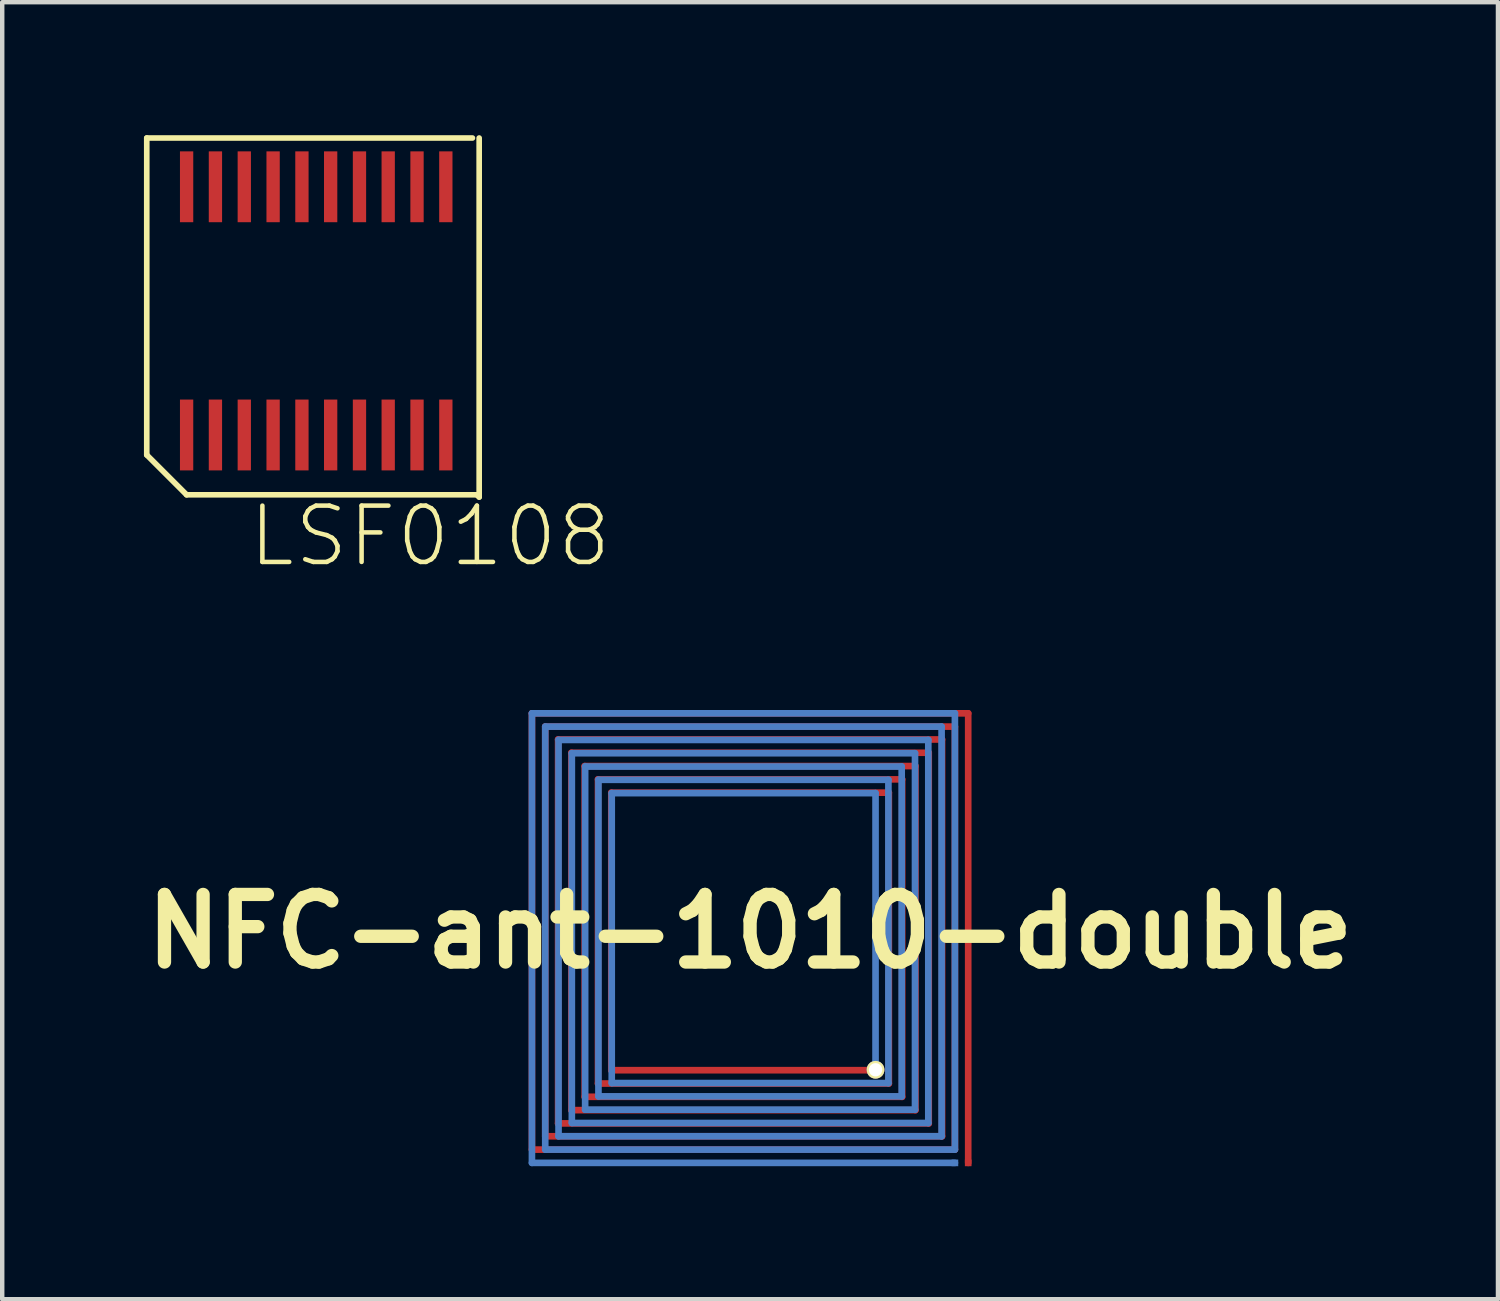
<source format=kicad_pcb>
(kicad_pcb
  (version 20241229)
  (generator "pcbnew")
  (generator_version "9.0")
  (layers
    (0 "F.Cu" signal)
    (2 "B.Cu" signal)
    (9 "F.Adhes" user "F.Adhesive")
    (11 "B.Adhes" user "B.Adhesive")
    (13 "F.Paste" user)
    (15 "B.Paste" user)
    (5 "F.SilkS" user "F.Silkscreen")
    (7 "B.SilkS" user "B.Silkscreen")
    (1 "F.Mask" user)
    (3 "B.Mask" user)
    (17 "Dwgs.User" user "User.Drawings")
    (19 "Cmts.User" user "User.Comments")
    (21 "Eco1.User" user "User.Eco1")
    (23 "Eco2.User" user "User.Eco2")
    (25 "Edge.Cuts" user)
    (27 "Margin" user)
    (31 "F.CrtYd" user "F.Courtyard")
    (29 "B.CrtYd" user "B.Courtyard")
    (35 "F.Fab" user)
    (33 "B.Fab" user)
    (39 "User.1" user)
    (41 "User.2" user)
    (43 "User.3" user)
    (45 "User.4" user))
  (footprint "LSF0108"
    (layer "F.Cu")
    (at 4.108 3.962)
    (property "Reference" "LSF0108" (at 2.54 5.08 0) (layer "F.SilkS") (effects (font (size 1.27 1.27) (thickness 0.102))))
    (attr through_hole)
    (fp_line (start -3.848 -3.899) (end -3.848 3.249) (stroke (width 0.127) (type solid)) (layer "F.SilkS"))
    (fp_line (start -3.848 3.249) (end -2.949 4.148) (stroke (width 0.127) (type solid)) (layer "F.SilkS"))
    (fp_line (start -2.949 4.148) (end 3.599 4.148) (stroke (width 0.127) (type solid)) (layer "F.SilkS"))
    (fp_line (start 3.498 -3.899) (end -3.848 -3.899) (stroke (width 0.127) (type solid)) (layer "F.SilkS"))
    (fp_line (start 3.599 4.148) (end 3.65 4.199) (stroke (width 0.127) (type solid)) (layer "F.SilkS"))
    (fp_line (start 3.65 4.199) (end 3.65 -3.899) (stroke (width 0.127) (type solid)) (layer "F.SilkS"))
    (fp_text user "LSF0108" (at 0 0 0) (layer "Eco1.User") (effects (font (size 1.27 1.27) (thickness 0.102))))
    (pad "1" smd rect (at -2.949 2.799 90) (size 1.598 0.3) (layers "F.Cu" "F.Mask" "F.Paste"))
    (pad "2" smd rect (at -2.299 2.799 90) (size 1.598 0.3) (layers "F.Cu" "F.Mask" "F.Paste"))
    (pad "3" smd rect (at -1.648 2.799 90) (size 1.598 0.3) (layers "F.Cu" "F.Mask" "F.Paste"))
    (pad "4" smd rect (at -0.998 2.799 90) (size 1.598 0.3) (layers "F.Cu" "F.Mask" "F.Paste"))
    (pad "5" smd rect (at -0.348 2.799 90) (size 1.598 0.3) (layers "F.Cu" "F.Mask" "F.Paste"))
    (pad "6" smd rect (at 0.3 2.799 90) (size 1.598 0.3) (layers "F.Cu" "F.Mask" "F.Paste"))
    (pad "7" smd rect (at 0.95 2.799 90) (size 1.598 0.3) (layers "F.Cu" "F.Mask" "F.Paste"))
    (pad "8" smd rect (at 1.598 2.799 90) (size 1.598 0.3) (layers "F.Cu" "F.Mask" "F.Paste"))
    (pad "9" smd rect (at 2.248 2.799 90) (size 1.598 0.3) (layers "F.Cu" "F.Mask" "F.Paste"))
    (pad "10" smd rect (at 2.898 2.799 90) (size 1.598 0.3) (layers "F.Cu" "F.Mask" "F.Paste"))
    (pad "11" smd rect (at 2.898 -2.799 90) (size 1.598 0.3) (layers "F.Cu" "F.Mask" "F.Paste"))
    (pad "12" smd rect (at 2.248 -2.799 90) (size 1.598 0.3) (layers "F.Cu" "F.Mask" "F.Paste"))
    (pad "13" smd rect (at 1.598 -2.799 90) (size 1.598 0.3) (layers "F.Cu" "F.Mask" "F.Paste"))
    (pad "14" smd rect (at 0.95 -2.799 90) (size 1.598 0.3) (layers "F.Cu" "F.Mask" "F.Paste"))
    (pad "15" smd rect (at 0.3 -2.799 90) (size 1.598 0.3) (layers "F.Cu" "F.Mask" "F.Paste"))
    (pad "16" smd rect (at -0.348 -2.799 90) (size 1.598 0.3) (layers "F.Cu" "F.Mask" "F.Paste"))
    (pad "17" smd rect (at -0.998 -2.799 90) (size 1.598 0.3) (layers "F.Cu" "F.Mask" "F.Paste"))
    (pad "18" smd rect (at -1.648 -2.799 90) (size 1.598 0.3) (layers "F.Cu" "F.Mask" "F.Paste"))
    (pad "19" smd rect (at -2.299 -2.799 90) (size 1.598 0.3) (layers "F.Cu" "F.Mask" "F.Paste"))
    (pad "20" smd rect (at -2.949 -2.799 90) (size 1.598 0.3) (layers "F.Cu" "F.Mask" "F.Paste")))
  (footprint "NFC-ant-1010-double"
    (layer "F.Cu")
    (at 13.868 17.959)
    (property "Reference" "NFC-ant-1010-double" (at 0 0 0) (layer "F.SilkS") (effects (font (size 1.524 1.524) (thickness 0.3))))
    (attr through_hole)
    (fp_line (start -4.92 -4.92) (end -4.92 4.92) (stroke (width 0.15) (type solid)) (layer "F.Cu"))
    (fp_line (start -4.92 4.92) (end 4.62 4.92) (stroke (width 0.15) (type solid)) (layer "F.Cu"))
    (fp_line (start -4.62 -4.62) (end -4.62 4.62) (stroke (width 0.15) (type solid)) (layer "F.Cu"))
    (fp_line (start -4.62 4.62) (end 4.33 4.62) (stroke (width 0.15) (type solid)) (layer "F.Cu"))
    (fp_line (start -4.33 -4.33) (end -4.33 4.33) (stroke (width 0.15) (type solid)) (layer "F.Cu"))
    (fp_line (start -4.33 4.33) (end 4.03 4.33) (stroke (width 0.15) (type solid)) (layer "F.Cu"))
    (fp_line (start -4.03 -4.03) (end -4.03 4.03) (stroke (width 0.15) (type solid)) (layer "F.Cu"))
    (fp_line (start -4.03 4.03) (end 3.73 4.03) (stroke (width 0.15) (type solid)) (layer "F.Cu"))
    (fp_line (start -3.73 -3.73) (end -3.73 3.73) (stroke (width 0.15) (type solid)) (layer "F.Cu"))
    (fp_line (start -3.73 3.73) (end 3.43 3.73) (stroke (width 0.15) (type solid)) (layer "F.Cu"))
    (fp_line (start -3.43 -3.43) (end -3.43 3.43) (stroke (width 0.15) (type solid)) (layer "F.Cu"))
    (fp_line (start -3.43 3.43) (end 3.13 3.43) (stroke (width 0.15) (type solid)) (layer "F.Cu"))
    (fp_line (start -3.13 -3.13) (end -3.13 3.13) (stroke (width 0.15) (type solid)) (layer "F.Cu"))
    (fp_line (start -3.13 3.13) (end 2.83 3.13) (stroke (width 0.15) (type solid)) (layer "F.Cu"))
    (fp_line (start 3.13 -3.13) (end -3.13 -3.13) (stroke (width 0.15) (type solid)) (layer "F.Cu"))
    (fp_line (start 3.13 3.43) (end 3.13 -3.13) (stroke (width 0.15) (type solid)) (layer "F.Cu"))
    (fp_line (start 3.43 -3.43) (end -3.43 -3.43) (stroke (width 0.15) (type solid)) (layer "F.Cu"))
    (fp_line (start 3.43 3.73) (end 3.43 -3.43) (stroke (width 0.15) (type solid)) (layer "F.Cu"))
    (fp_line (start 3.73 -3.73) (end -3.73 -3.73) (stroke (width 0.15) (type solid)) (layer "F.Cu"))
    (fp_line (start 3.73 4.03) (end 3.73 -3.73) (stroke (width 0.15) (type solid)) (layer "F.Cu"))
    (fp_line (start 4.03 -4.03) (end -4.03 -4.03) (stroke (width 0.15) (type solid)) (layer "F.Cu"))
    (fp_line (start 4.03 4.33) (end 4.03 -4.03) (stroke (width 0.15) (type solid)) (layer "F.Cu"))
    (fp_line (start 4.33 -4.33) (end -4.33 -4.33) (stroke (width 0.15) (type solid)) (layer "F.Cu"))
    (fp_line (start 4.33 4.62) (end 4.33 -4.33) (stroke (width 0.15) (type solid)) (layer "F.Cu"))
    (fp_line (start 4.62 -4.62) (end -4.62 -4.62) (stroke (width 0.15) (type solid)) (layer "F.Cu"))
    (fp_line (start 4.62 4.92) (end 4.62 -4.62) (stroke (width 0.15) (type solid)) (layer "F.Cu"))
    (fp_line (start 4.92 -4.92) (end -4.92 -4.92) (stroke (width 0.15) (type solid)) (layer "F.Cu"))
    (fp_line (start 4.92 5.22) (end 4.92 -4.92) (stroke (width 0.15) (type solid)) (layer "F.Cu"))
    (fp_line (start -4.92 -4.92) (end -4.92 5.22) (stroke (width 0.15) (type solid)) (layer "B.Cu"))
    (fp_line (start -4.92 5.22) (end 4.62 5.22) (stroke (width 0.15) (type solid)) (layer "B.Cu"))
    (fp_line (start -4.62 -4.62) (end -4.62 4.92) (stroke (width 0.15) (type solid)) (layer "B.Cu"))
    (fp_line (start -4.62 4.92) (end 4.62 4.92) (stroke (width 0.15) (type solid)) (layer "B.Cu"))
    (fp_line (start -4.32 -4.32) (end -4.32 4.62) (stroke (width 0.15) (type solid)) (layer "B.Cu"))
    (fp_line (start -4.32 4.62) (end 4.32 4.62) (stroke (width 0.15) (type solid)) (layer "B.Cu"))
    (fp_line (start -4.02 -4.02) (end -4.02 4.32) (stroke (width 0.15) (type solid)) (layer "B.Cu"))
    (fp_line (start -4.02 4.32) (end 4.02 4.32) (stroke (width 0.15) (type solid)) (layer "B.Cu"))
    (fp_line (start -3.72 -3.72) (end -3.72 4.02) (stroke (width 0.15) (type solid)) (layer "B.Cu"))
    (fp_line (start -3.72 4.02) (end 3.72 4.02) (stroke (width 0.15) (type solid)) (layer "B.Cu"))
    (fp_line (start -3.42 -3.42) (end -3.42 3.72) (stroke (width 0.15) (type solid)) (layer "B.Cu"))
    (fp_line (start -3.42 3.72) (end 3.42 3.72) (stroke (width 0.15) (type solid)) (layer "B.Cu"))
    (fp_line (start -3.12 -3.12) (end -3.12 3.42) (stroke (width 0.15) (type solid)) (layer "B.Cu"))
    (fp_line (start -3.12 3.42) (end 3.12 3.42) (stroke (width 0.15) (type solid)) (layer "B.Cu"))
    (fp_line (start 2.83 -3.12) (end -3.12 -3.12) (stroke (width 0.15) (type solid)) (layer "B.Cu"))
    (fp_line (start 2.83 3.12) (end 2.83 -3.12) (stroke (width 0.15) (type solid)) (layer "B.Cu"))
    (fp_line (start 3.12 -3.42) (end -3.42 -3.42) (stroke (width 0.15) (type solid)) (layer "B.Cu"))
    (fp_line (start 3.12 3.42) (end 3.12 -3.42) (stroke (width 0.15) (type solid)) (layer "B.Cu"))
    (fp_line (start 3.42 -3.72) (end -3.72 -3.72) (stroke (width 0.15) (type solid)) (layer "B.Cu"))
    (fp_line (start 3.42 3.72) (end 3.42 -3.72) (stroke (width 0.15) (type solid)) (layer "B.Cu"))
    (fp_line (start 3.72 -4.02) (end -4.02 -4.02) (stroke (width 0.15) (type solid)) (layer "B.Cu"))
    (fp_line (start 3.72 4.02) (end 3.72 -4.02) (stroke (width 0.15) (type solid)) (layer "B.Cu"))
    (fp_line (start 4.02 -4.32) (end -4.32 -4.32) (stroke (width 0.15) (type solid)) (layer "B.Cu"))
    (fp_line (start 4.02 4.32) (end 4.02 -4.32) (stroke (width 0.15) (type solid)) (layer "B.Cu"))
    (fp_line (start 4.32 -4.62) (end -4.62 -4.62) (stroke (width 0.15) (type solid)) (layer "B.Cu"))
    (fp_line (start 4.32 4.62) (end 4.32 -4.62) (stroke (width 0.15) (type solid)) (layer "B.Cu"))
    (fp_line (start 4.62 -4.92) (end -4.92 -4.92) (stroke (width 0.15) (type solid)) (layer "B.Cu"))
    (fp_line (start 4.62 4.92) (end 4.62 -4.92) (stroke (width 0.15) (type solid)) (layer "B.Cu"))
    (pad "" thru_hole circle (at 2.83 3.12) (size 0.4 0.4) (drill 0.3) (layers "*.Cu" "*.Mask" "F.SilkS"))
    (pad "1" smd rect (at 4.92 5.22) (size 0.15 0.15) (layers "F.Cu"))
    (pad "2" smd rect (at 4.62 5.22) (size 0.15 0.15) (layers "B.Cu")))
  (gr_rect
    (start -3 -3)
    (end 30.737 26.254)
    (stroke (width 0.1) (type default))
    (fill no)
    (layer "Edge.Cuts")))
</source>
